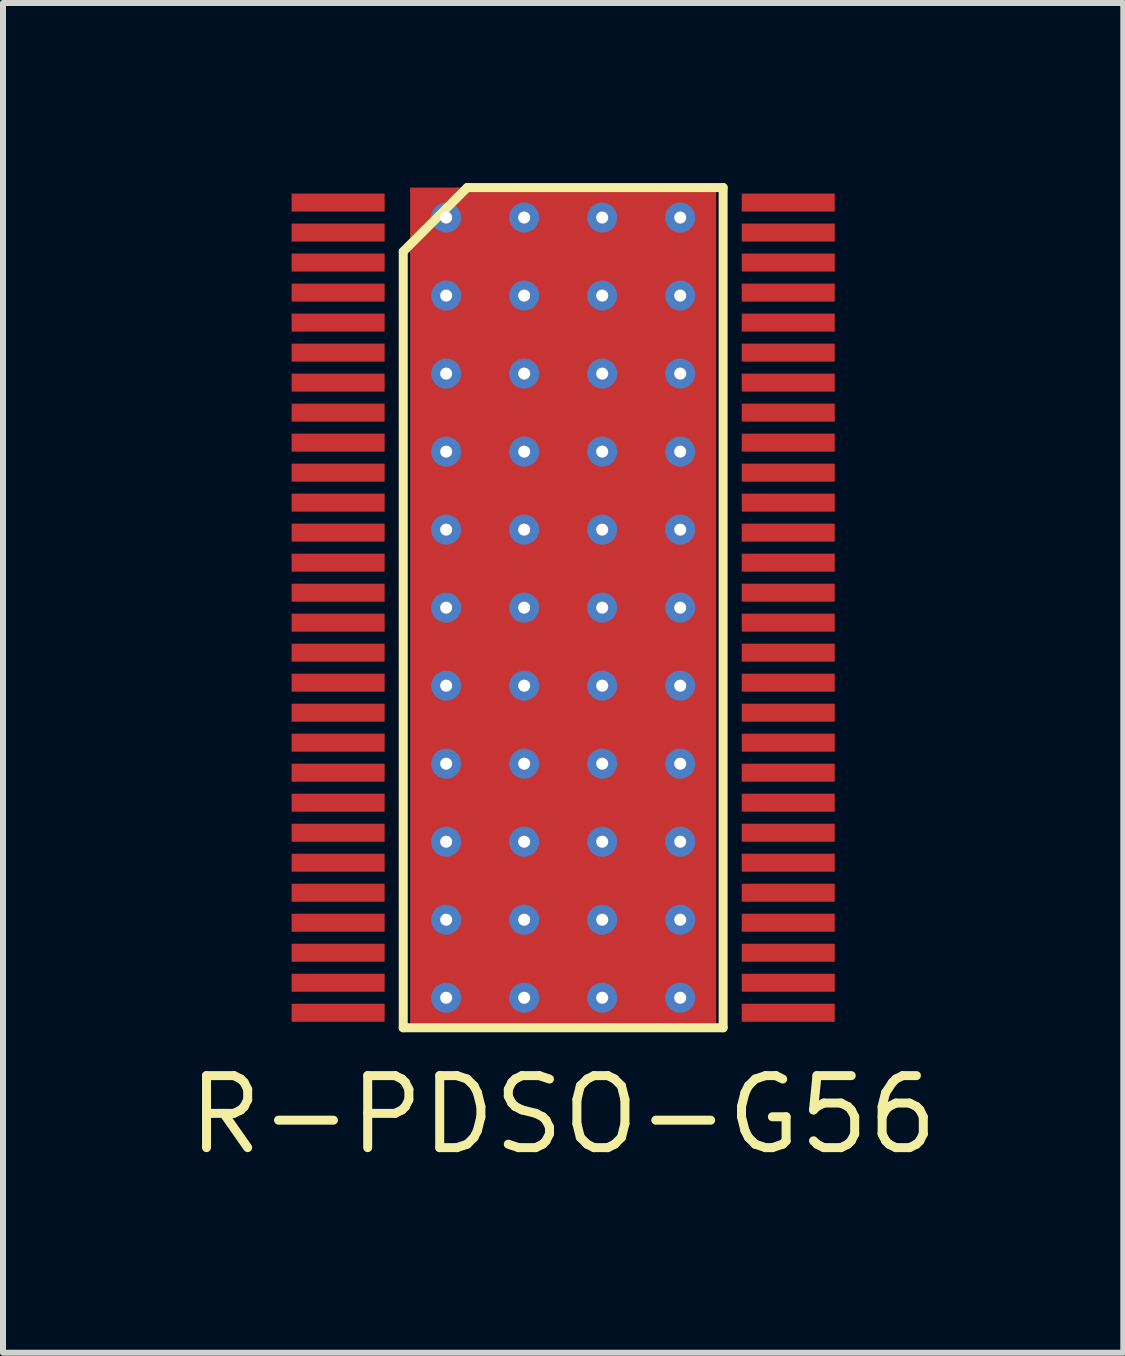
<source format=kicad_pcb>
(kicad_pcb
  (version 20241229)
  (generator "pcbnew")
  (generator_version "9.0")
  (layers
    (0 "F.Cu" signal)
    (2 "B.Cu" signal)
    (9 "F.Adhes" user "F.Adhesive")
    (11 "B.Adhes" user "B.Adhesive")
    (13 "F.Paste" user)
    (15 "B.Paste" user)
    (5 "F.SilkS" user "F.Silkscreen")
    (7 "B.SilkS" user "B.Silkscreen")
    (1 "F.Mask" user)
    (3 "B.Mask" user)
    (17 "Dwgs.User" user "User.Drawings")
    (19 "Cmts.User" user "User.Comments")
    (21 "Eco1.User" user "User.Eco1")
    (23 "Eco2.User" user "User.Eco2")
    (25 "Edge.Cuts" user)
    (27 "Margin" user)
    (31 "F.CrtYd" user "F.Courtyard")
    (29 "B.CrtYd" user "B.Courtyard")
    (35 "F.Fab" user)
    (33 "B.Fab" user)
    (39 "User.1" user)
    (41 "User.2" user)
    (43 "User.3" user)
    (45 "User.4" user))
  (footprint "R-PDSO-G56"
    (layer "F.Cu")
    (at 6.334 7.075)
    (property "Reference" "R-PDSO-G56" (at 0 8.45 0) (layer "F.SilkS") (effects (font (size 1.2 1.2) (thickness 0.15))))
    (attr through_hole)
    (fp_line (start -2.665 -5.934) (end -2.665 7) (stroke (width 0.15) (type solid)) (layer "F.SilkS"))
    (fp_line (start -2.665 7) (end 2.665 7) (stroke (width 0.15) (type solid)) (layer "F.SilkS"))
    (fp_line (start -1.599 -7) (end -2.665 -5.934) (stroke (width 0.15) (type solid)) (layer "F.SilkS"))
    (fp_line (start 2.665 -7) (end -1.599 -7) (stroke (width 0.15) (type solid)) (layer "F.SilkS"))
    (fp_line (start 2.665 7) (end 2.665 -7) (stroke (width 0.15) (type solid)) (layer "F.SilkS"))
    (pad "" smd rect (at 0 0) (size 3.61 6.35) (layers "F.Mask"))
    (pad "" smd rect (at 0 0) (size 3.61 6.35) (layers "F.Paste"))
    (pad "1" smd rect (at -3.75 -6.75) (size 1.55 0.3) (layers "F.Cu" "F.Mask" "F.Paste"))
    (pad "2" smd rect (at -3.75 -6.25) (size 1.55 0.3) (layers "F.Cu" "F.Mask" "F.Paste"))
    (pad "3" smd rect (at -3.75 -5.75) (size 1.55 0.3) (layers "F.Cu" "F.Mask" "F.Paste"))
    (pad "4" smd rect (at -3.75 -5.25) (size 1.55 0.3) (layers "F.Cu" "F.Mask" "F.Paste"))
    (pad "5" smd rect (at -3.75 -4.75) (size 1.55 0.3) (layers "F.Cu" "F.Mask" "F.Paste"))
    (pad "6" smd rect (at -3.75 -4.25) (size 1.55 0.3) (layers "F.Cu" "F.Mask" "F.Paste"))
    (pad "7" smd rect (at -3.75 -3.75) (size 1.55 0.3) (layers "F.Cu" "F.Mask" "F.Paste"))
    (pad "8" smd rect (at -3.75 -3.25) (size 1.55 0.3) (layers "F.Cu" "F.Mask" "F.Paste"))
    (pad "9" smd rect (at -3.75 -2.75) (size 1.55 0.3) (layers "F.Cu" "F.Mask" "F.Paste"))
    (pad "10" smd rect (at -3.75 -2.25) (size 1.55 0.3) (layers "F.Cu" "F.Mask" "F.Paste"))
    (pad "11" smd rect (at -3.75 -1.75) (size 1.55 0.3) (layers "F.Cu" "F.Mask" "F.Paste"))
    (pad "12" smd rect (at -3.75 -1.25) (size 1.55 0.3) (layers "F.Cu" "F.Mask" "F.Paste"))
    (pad "13" smd rect (at -3.75 -0.75) (size 1.55 0.3) (layers "F.Cu" "F.Mask" "F.Paste"))
    (pad "14" smd rect (at -3.75 -0.25) (size 1.55 0.3) (layers "F.Cu" "F.Mask" "F.Paste"))
    (pad "15" smd rect (at -3.75 0.25) (size 1.55 0.3) (layers "F.Cu" "F.Mask" "F.Paste"))
    (pad "16" smd rect (at -3.75 0.75) (size 1.55 0.3) (layers "F.Cu" "F.Mask" "F.Paste"))
    (pad "17" smd rect (at -3.75 1.25) (size 1.55 0.3) (layers "F.Cu" "F.Mask" "F.Paste"))
    (pad "18" smd rect (at -3.75 1.75) (size 1.55 0.3) (layers "F.Cu" "F.Mask" "F.Paste"))
    (pad "19" smd rect (at -3.75 2.25) (size 1.55 0.3) (layers "F.Cu" "F.Mask" "F.Paste"))
    (pad "20" smd rect (at -3.75 2.75) (size 1.55 0.3) (layers "F.Cu" "F.Mask" "F.Paste"))
    (pad "21" smd rect (at -3.75 3.25) (size 1.55 0.3) (layers "F.Cu" "F.Mask" "F.Paste"))
    (pad "22" smd rect (at -3.75 3.75) (size 1.55 0.3) (layers "F.Cu" "F.Mask" "F.Paste"))
    (pad "23" smd rect (at -3.75 4.25) (size 1.55 0.3) (layers "F.Cu" "F.Mask" "F.Paste"))
    (pad "24" smd rect (at -3.75 4.75) (size 1.55 0.3) (layers "F.Cu" "F.Mask" "F.Paste"))
    (pad "25" smd rect (at -3.75 5.25) (size 1.55 0.3) (layers "F.Cu" "F.Mask" "F.Paste"))
    (pad "26" smd rect (at -3.75 5.75) (size 1.55 0.3) (layers "F.Cu" "F.Mask" "F.Paste"))
    (pad "27" smd rect (at -3.75 6.25) (size 1.55 0.3) (layers "F.Cu" "F.Mask" "F.Paste"))
    (pad "28" smd rect (at -3.75 6.75) (size 1.55 0.3) (layers "F.Cu" "F.Mask" "F.Paste"))
    (pad "29" smd rect (at 3.75 6.75) (size 1.55 0.3) (layers "F.Cu" "F.Mask" "F.Paste"))
    (pad "30" smd rect (at 3.75 6.25) (size 1.55 0.3) (layers "F.Cu" "F.Mask" "F.Paste"))
    (pad "31" smd rect (at 3.75 5.75) (size 1.55 0.3) (layers "F.Cu" "F.Mask" "F.Paste"))
    (pad "32" smd rect (at 3.75 5.25) (size 1.55 0.3) (layers "F.Cu" "F.Mask" "F.Paste"))
    (pad "33" smd rect (at 3.75 4.75) (size 1.55 0.3) (layers "F.Cu" "F.Mask" "F.Paste"))
    (pad "34" smd rect (at 3.75 4.25) (size 1.55 0.3) (layers "F.Cu" "F.Mask" "F.Paste"))
    (pad "35" smd rect (at 3.75 3.75) (size 1.55 0.3) (layers "F.Cu" "F.Mask" "F.Paste"))
    (pad "36" smd rect (at 3.75 3.25) (size 1.55 0.3) (layers "F.Cu" "F.Mask" "F.Paste"))
    (pad "37" smd rect (at 3.75 2.75) (size 1.55 0.3) (layers "F.Cu" "F.Mask" "F.Paste"))
    (pad "38" smd rect (at 3.75 2.25) (size 1.55 0.3) (layers "F.Cu" "F.Mask" "F.Paste"))
    (pad "39" smd rect (at 3.75 1.75) (size 1.55 0.3) (layers "F.Cu" "F.Mask" "F.Paste"))
    (pad "40" smd rect (at 3.75 1.25) (size 1.55 0.3) (layers "F.Cu" "F.Mask" "F.Paste"))
    (pad "41" smd rect (at 3.75 0.75) (size 1.55 0.3) (layers "F.Cu" "F.Mask" "F.Paste"))
    (pad "42" smd rect (at 3.75 0.25) (size 1.55 0.3) (layers "F.Cu" "F.Mask" "F.Paste"))
    (pad "43" smd rect (at 3.75 -0.25) (size 1.55 0.3) (layers "F.Cu" "F.Mask" "F.Paste"))
    (pad "44" smd rect (at 3.75 -0.75) (size 1.55 0.3) (layers "F.Cu" "F.Mask" "F.Paste"))
    (pad "45" smd rect (at 3.75 -1.25) (size 1.55 0.3) (layers "F.Cu" "F.Mask" "F.Paste"))
    (pad "46" smd rect (at 3.75 -1.75) (size 1.55 0.3) (layers "F.Cu" "F.Mask" "F.Paste"))
    (pad "47" smd rect (at 3.75 -2.25) (size 1.55 0.3) (layers "F.Cu" "F.Mask" "F.Paste"))
    (pad "48" smd rect (at 3.75 -2.75) (size 1.55 0.3) (layers "F.Cu" "F.Mask" "F.Paste"))
    (pad "49" smd rect (at 3.75 -3.25) (size 1.55 0.3) (layers "F.Cu" "F.Mask" "F.Paste"))
    (pad "50" smd rect (at 3.75 -3.75) (size 1.55 0.3) (layers "F.Cu" "F.Mask" "F.Paste"))
    (pad "51" smd rect (at 3.75 -4.25) (size 1.55 0.3) (layers "F.Cu" "F.Mask" "F.Paste"))
    (pad "52" smd rect (at 3.75 -4.75) (size 1.55 0.3) (layers "F.Cu" "F.Mask" "F.Paste"))
    (pad "53" smd rect (at 3.75 -5.25) (size 1.55 0.3) (layers "F.Cu" "F.Mask" "F.Paste"))
    (pad "54" smd rect (at 3.75 -5.75) (size 1.55 0.3) (layers "F.Cu" "F.Mask" "F.Paste"))
    (pad "55" smd rect (at 3.75 -6.25) (size 1.55 0.3) (layers "F.Cu" "F.Mask" "F.Paste"))
    (pad "56" smd rect (at 3.75 -6.75) (size 1.55 0.3) (layers "F.Cu" "F.Mask" "F.Paste"))
    (pad "57" thru_hole circle (at -1.95 -6.5) (size 0.5 0.5) (drill 0.2) (layers "*.Cu"))
    (pad "57" thru_hole circle (at -1.95 -5.2) (size 0.5 0.5) (drill 0.2) (layers "*.Cu"))
    (pad "57" thru_hole circle (at -1.95 -3.9) (size 0.5 0.5) (drill 0.2) (layers "*.Cu"))
    (pad "57" thru_hole circle (at -1.95 -2.6) (size 0.5 0.5) (drill 0.2) (layers "*.Cu"))
    (pad "57" thru_hole circle (at -1.95 -1.3) (size 0.5 0.5) (drill 0.2) (layers "*.Cu"))
    (pad "57" thru_hole circle (at -1.95 0) (size 0.5 0.5) (drill 0.2) (layers "*.Cu"))
    (pad "57" thru_hole circle (at -1.95 1.3) (size 0.5 0.5) (drill 0.2) (layers "*.Cu"))
    (pad "57" thru_hole circle (at -1.95 2.6) (size 0.5 0.5) (drill 0.2) (layers "*.Cu"))
    (pad "57" thru_hole circle (at -1.95 3.9) (size 0.5 0.5) (drill 0.2) (layers "*.Cu"))
    (pad "57" thru_hole circle (at -1.95 5.2) (size 0.5 0.5) (drill 0.2) (layers "*.Cu"))
    (pad "57" thru_hole circle (at -1.95 6.5) (size 0.5 0.5) (drill 0.2) (layers "*.Cu"))
    (pad "57" thru_hole circle (at -0.65 -6.5) (size 0.5 0.5) (drill 0.2) (layers "*.Cu"))
    (pad "57" thru_hole circle (at -0.65 -5.2) (size 0.5 0.5) (drill 0.2) (layers "*.Cu"))
    (pad "57" thru_hole circle (at -0.65 -3.9) (size 0.5 0.5) (drill 0.2) (layers "*.Cu"))
    (pad "57" thru_hole circle (at -0.65 -2.6) (size 0.5 0.5) (drill 0.2) (layers "*.Cu"))
    (pad "57" thru_hole circle (at -0.65 -1.3) (size 0.5 0.5) (drill 0.2) (layers "*.Cu"))
    (pad "57" thru_hole circle (at -0.65 0) (size 0.5 0.5) (drill 0.2) (layers "*.Cu"))
    (pad "57" thru_hole circle (at -0.65 1.3) (size 0.5 0.5) (drill 0.2) (layers "*.Cu"))
    (pad "57" thru_hole circle (at -0.65 2.6) (size 0.5 0.5) (drill 0.2) (layers "*.Cu"))
    (pad "57" thru_hole circle (at -0.65 3.9) (size 0.5 0.5) (drill 0.2) (layers "*.Cu"))
    (pad "57" thru_hole circle (at -0.65 5.2) (size 0.5 0.5) (drill 0.2) (layers "*.Cu"))
    (pad "57" thru_hole circle (at -0.65 6.5) (size 0.5 0.5) (drill 0.2) (layers "*.Cu"))
    (pad "57" smd rect (at 0 0) (size 5.1 14) (layers "F.Cu"))
    (pad "57" thru_hole circle (at 0.65 -6.5) (size 0.5 0.5) (drill 0.2) (layers "*.Cu"))
    (pad "57" thru_hole circle (at 0.65 -5.2) (size 0.5 0.5) (drill 0.2) (layers "*.Cu"))
    (pad "57" thru_hole circle (at 0.65 -3.9) (size 0.5 0.5) (drill 0.2) (layers "*.Cu"))
    (pad "57" thru_hole circle (at 0.65 -2.6) (size 0.5 0.5) (drill 0.2) (layers "*.Cu"))
    (pad "57" thru_hole circle (at 0.65 -1.3) (size 0.5 0.5) (drill 0.2) (layers "*.Cu"))
    (pad "57" thru_hole circle (at 0.65 0) (size 0.5 0.5) (drill 0.2) (layers "*.Cu"))
    (pad "57" thru_hole circle (at 0.65 1.3) (size 0.5 0.5) (drill 0.2) (layers "*.Cu"))
    (pad "57" thru_hole circle (at 0.65 2.6) (size 0.5 0.5) (drill 0.2) (layers "*.Cu"))
    (pad "57" thru_hole circle (at 0.65 3.9) (size 0.5 0.5) (drill 0.2) (layers "*.Cu"))
    (pad "57" thru_hole circle (at 0.65 5.2) (size 0.5 0.5) (drill 0.2) (layers "*.Cu"))
    (pad "57" thru_hole circle (at 0.65 6.5) (size 0.5 0.5) (drill 0.2) (layers "*.Cu"))
    (pad "57" thru_hole circle (at 1.95 -6.5) (size 0.5 0.5) (drill 0.2) (layers "*.Cu"))
    (pad "57" thru_hole circle (at 1.95 -5.2) (size 0.5 0.5) (drill 0.2) (layers "*.Cu"))
    (pad "57" thru_hole circle (at 1.95 -3.9) (size 0.5 0.5) (drill 0.2) (layers "*.Cu"))
    (pad "57" thru_hole circle (at 1.95 -2.6) (size 0.5 0.5) (drill 0.2) (layers "*.Cu"))
    (pad "57" thru_hole circle (at 1.95 -1.3) (size 0.5 0.5) (drill 0.2) (layers "*.Cu"))
    (pad "57" thru_hole circle (at 1.95 0) (size 0.5 0.5) (drill 0.2) (layers "*.Cu"))
    (pad "57" thru_hole circle (at 1.95 1.3) (size 0.5 0.5) (drill 0.2) (layers "*.Cu"))
    (pad "57" thru_hole circle (at 1.95 2.6) (size 0.5 0.5) (drill 0.2) (layers "*.Cu"))
    (pad "57" thru_hole circle (at 1.95 3.9) (size 0.5 0.5) (drill 0.2) (layers "*.Cu"))
    (pad "57" thru_hole circle (at 1.95 5.2) (size 0.5 0.5) (drill 0.2) (layers "*.Cu"))
    (pad "57" thru_hole circle (at 1.95 6.5) (size 0.5 0.5) (drill 0.2) (layers "*.Cu")))
  (gr_rect
    (start -3 -3)
    (end 15.667 19.49)
    (stroke (width 0.1) (type default))
    (fill no)
    (layer "Edge.Cuts")))
</source>
